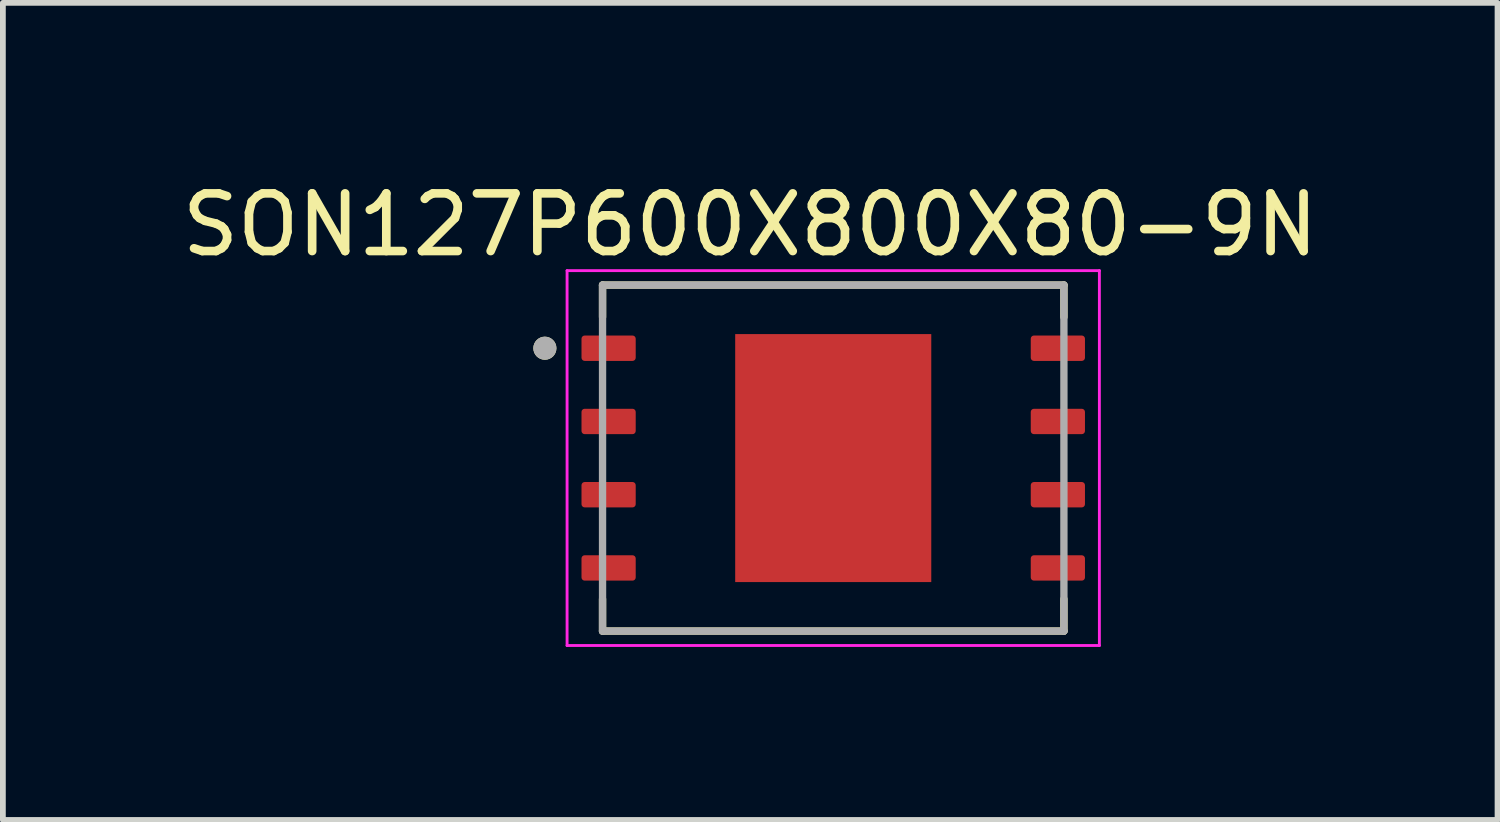
<source format=kicad_pcb>
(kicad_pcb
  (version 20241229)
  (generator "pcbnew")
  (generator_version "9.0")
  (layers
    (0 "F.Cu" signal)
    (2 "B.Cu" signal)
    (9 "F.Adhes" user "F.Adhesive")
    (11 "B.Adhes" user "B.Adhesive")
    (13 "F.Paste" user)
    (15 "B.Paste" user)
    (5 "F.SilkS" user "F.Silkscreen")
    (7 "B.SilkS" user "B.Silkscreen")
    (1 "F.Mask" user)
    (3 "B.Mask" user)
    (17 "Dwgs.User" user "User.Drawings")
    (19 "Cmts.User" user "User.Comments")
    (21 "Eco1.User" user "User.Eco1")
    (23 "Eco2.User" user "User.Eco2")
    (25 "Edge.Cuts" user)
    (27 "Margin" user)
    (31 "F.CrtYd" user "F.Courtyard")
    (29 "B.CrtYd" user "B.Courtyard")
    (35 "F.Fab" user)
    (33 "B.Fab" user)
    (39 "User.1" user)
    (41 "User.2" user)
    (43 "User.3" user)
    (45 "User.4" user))
  (footprint "SON127P600X800X80-9N"
    (layer "F.Cu")
    (at 11.398 4.893)
    (property "Reference" "SON127P600X800X80-9N" (at -1.44 -4.045 0) (layer "F.SilkS") (effects (font (size 1 1) (thickness 0.15))))
    (attr smd)
    (fp_line (start -4 -3) (end -4 -2.445) (stroke (width 0.127) (type solid)) (layer "F.SilkS"))
    (fp_line (start -4 -3) (end 4 -3) (stroke (width 0.127) (type solid)) (layer "F.SilkS"))
    (fp_line (start -4 3) (end -4 2.445) (stroke (width 0.127) (type solid)) (layer "F.SilkS"))
    (fp_line (start -4 3) (end 4 3) (stroke (width 0.127) (type solid)) (layer "F.SilkS"))
    (fp_line (start 4 -3) (end 4 -2.445) (stroke (width 0.127) (type solid)) (layer "F.SilkS"))
    (fp_line (start 4 3) (end 4 2.445) (stroke (width 0.127) (type solid)) (layer "F.SilkS"))
    (fp_circle (center -5 -1.905) (end -4.9 -1.905) (stroke (width 0.2) (type solid)) (fill no) (layer "F.SilkS"))
    (fp_poly (pts (xy -1.24 -1.69) (xy -0.23 -1.69) (xy -0.23 -0.23) (xy -1.24 -0.23)) (stroke (width 0.01) (type solid)) (fill yes) (layer "F.Paste"))
    (fp_poly (pts (xy -1.24 0.23) (xy -0.23 0.23) (xy -0.23 1.69) (xy -1.24 1.69)) (stroke (width 0.01) (type solid)) (fill yes) (layer "F.Paste"))
    (fp_poly (pts (xy 0.23 -1.69) (xy 1.24 -1.69) (xy 1.24 -0.23) (xy 0.23 -0.23)) (stroke (width 0.01) (type solid)) (fill yes) (layer "F.Paste"))
    (fp_poly (pts (xy 0.23 0.23) (xy 1.24 0.23) (xy 1.24 1.69) (xy 0.23 1.69)) (stroke (width 0.01) (type solid)) (fill yes) (layer "F.Paste"))
    (fp_line (start -4.615 -3.25) (end -4.615 3.25) (stroke (width 0.05) (type solid)) (layer "F.CrtYd"))
    (fp_line (start -4.615 3.25) (end 4.615 3.25) (stroke (width 0.05) (type solid)) (layer "F.CrtYd"))
    (fp_line (start 4.615 -3.25) (end -4.615 -3.25) (stroke (width 0.05) (type solid)) (layer "F.CrtYd"))
    (fp_line (start 4.615 3.25) (end 4.615 -3.25) (stroke (width 0.05) (type solid)) (layer "F.CrtYd"))
    (fp_line (start -4 -3) (end -4 3) (stroke (width 0.127) (type solid)) (layer "F.Fab"))
    (fp_line (start -4 -3) (end 4 -3) (stroke (width 0.127) (type solid)) (layer "F.Fab"))
    (fp_line (start -4 3) (end 4 3) (stroke (width 0.127) (type solid)) (layer "F.Fab"))
    (fp_line (start 4 -3) (end 4 3) (stroke (width 0.127) (type solid)) (layer "F.Fab"))
    (fp_circle (center -5 -1.905) (end -4.9 -1.905) (stroke (width 0.2) (type solid)) (fill no) (layer "F.Fab"))
    (pad "1" smd roundrect (at -3.895 -1.905) (size 0.94 0.44) (layers "F.Cu" "F.Mask" "F.Paste") (roundrect_rratio 0.125))
    (pad "2" smd roundrect (at -3.895 -0.635) (size 0.94 0.44) (layers "F.Cu" "F.Mask" "F.Paste") (roundrect_rratio 0.125))
    (pad "3" smd roundrect (at -3.895 0.635) (size 0.94 0.44) (layers "F.Cu" "F.Mask" "F.Paste") (roundrect_rratio 0.125))
    (pad "4" smd roundrect (at -3.895 1.905) (size 0.94 0.44) (layers "F.Cu" "F.Mask" "F.Paste") (roundrect_rratio 0.125))
    (pad "5" smd roundrect (at 3.895 1.905) (size 0.94 0.44) (layers "F.Cu" "F.Mask" "F.Paste") (roundrect_rratio 0.125))
    (pad "6" smd roundrect (at 3.895 0.635) (size 0.94 0.44) (layers "F.Cu" "F.Mask" "F.Paste") (roundrect_rratio 0.125))
    (pad "7" smd roundrect (at 3.895 -0.635) (size 0.94 0.44) (layers "F.Cu" "F.Mask" "F.Paste") (roundrect_rratio 0.125))
    (pad "8" smd roundrect (at 3.895 -1.905) (size 0.94 0.44) (layers "F.Cu" "F.Mask" "F.Paste") (roundrect_rratio 0.125))
    (pad "9" smd rect (at 0 0) (size 3.4 4.3) (layers "F.Cu" "F.Mask")))
  (gr_rect
    (start -3 -3)
    (end 22.917 11.168)
    (stroke (width 0.1) (type default))
    (fill no)
    (layer "Edge.Cuts")))
</source>
